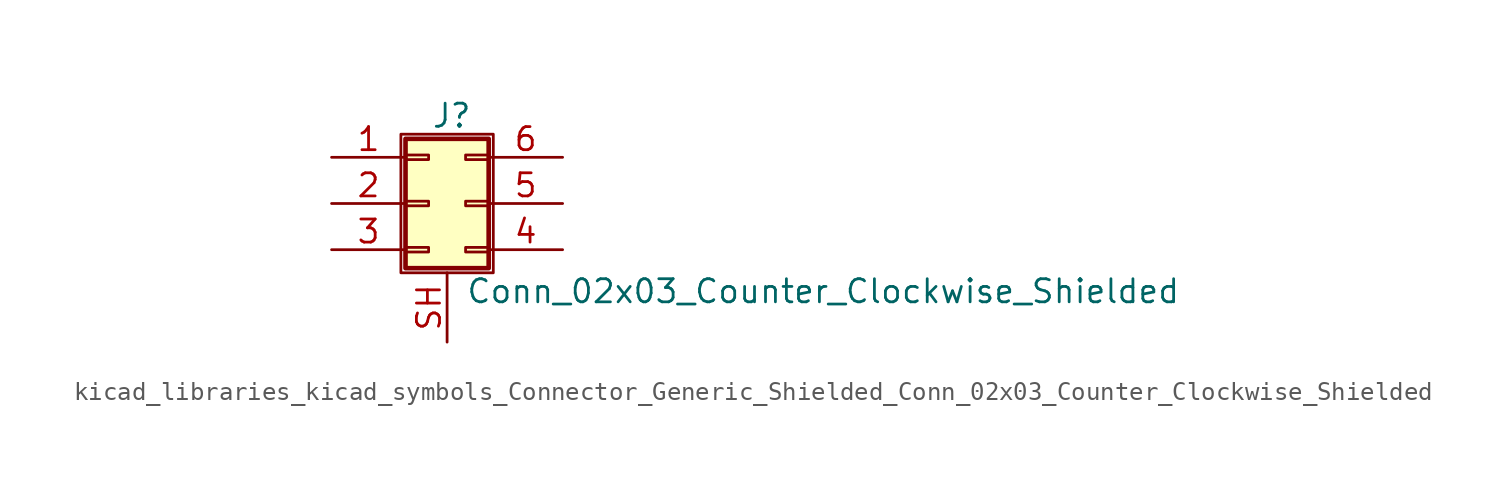
<source format=kicad_sym>
(kicad_symbol_lib
  (version 20220914)
  (generator kicad_symbol_editor)
  (symbol "kicad_libraries_kicad_symbols_Connector_Generic_Shielded_Conn_02x03_Counter_Clockwise_Shielded"
    (pin_names
      (offset 1.016) hide)
    (property "Reference" "J"
      (at 1.524 4.826 0)
      (effects (font (size 1.27 1.27))))
    (property "Value" "Conn_02x03_Counter_Clockwise_Shielded"
      (at 2.286 -4.826 0)
      (effects (font (size 1.27 1.27)) (justify left)))
    (symbol "kicad_libraries_kicad_symbols_Connector_Generic_Shielded_Conn_02x03_Counter_Clockwise_Shielded_1_1"
      (rectangle (start -1.27 3.81) (end 3.81 -3.81) (stroke (width 0.152) (type default)) (fill (type none)))
      (rectangle (start -1.016 -2.413) (end 0.254 -2.667) (stroke (width 0.152) (type default)) (fill (type none)))
      (rectangle (start -1.016 0.127) (end 0.254 -0.127) (stroke (width 0.152) (type default)) (fill (type none)))
      (rectangle (start -1.016 2.667) (end 0.254 2.413) (stroke (width 0.152) (type default)) (fill (type none)))
      (rectangle (start -1.016 3.556) (end 3.556 -3.556) (stroke (width 0.254) (type default)) (fill (type background)))
      (rectangle (start 3.556 -2.413) (end 2.286 -2.667) (stroke (width 0.152) (type default)) (fill (type none)))
      (rectangle (start 3.556 0.127) (end 2.286 -0.127) (stroke (width 0.152) (type default)) (fill (type none)))
      (rectangle (start 3.556 2.667) (end 2.286 2.413) (stroke (width 0.152) (type default)) (fill (type none)))
      (pin passive line (at -5.08 2.54 0) (length 4.064) (name "Pin_1" (effects (font (size 1.27 1.27)))) (number "1" (effects (font (size 1.27 1.27)))))
      (pin passive line (at -5.08 0 0) (length 4.064) (name "Pin_2" (effects (font (size 1.27 1.27)))) (number "2" (effects (font (size 1.27 1.27)))))
      (pin passive line (at -5.08 -2.54 0) (length 4.064) (name "Pin_3" (effects (font (size 1.27 1.27)))) (number "3" (effects (font (size 1.27 1.27)))))
      (pin passive line (at 7.62 -2.54 180) (length 4.064) (name "Pin_4" (effects (font (size 1.27 1.27)))) (number "4" (effects (font (size 1.27 1.27)))))
      (pin passive line (at 7.62 0 180) (length 4.064) (name "Pin_5" (effects (font (size 1.27 1.27)))) (number "5" (effects (font (size 1.27 1.27)))))
      (pin passive line (at 7.62 2.54 180) (length 4.064) (name "Pin_6" (effects (font (size 1.27 1.27)))) (number "6" (effects (font (size 1.27 1.27)))))
      (pin passive line (at 1.27 -7.62 90) (length 3.81) (name "Shield" (effects (font (size 1.27 1.27)))) (number "SH" (effects (font (size 1.27 1.27))))))))
</source>
